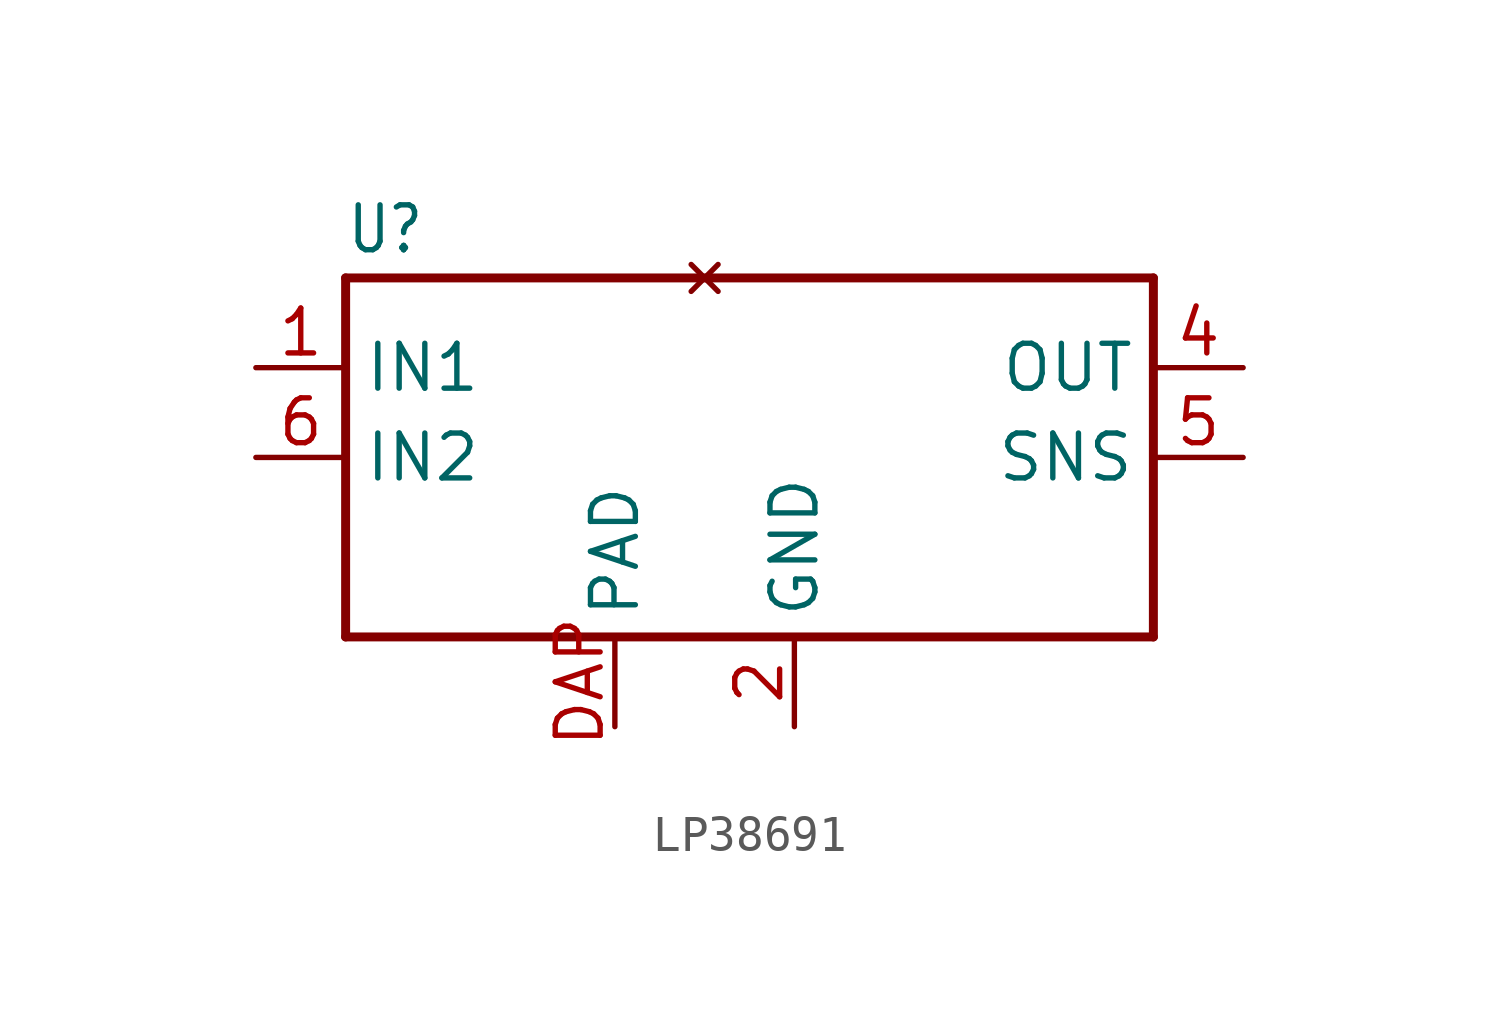
<source format=kicad_sym>
(kicad_symbol_lib
  (version 20220914)
  (generator kicad_symbol_editor)
  (symbol "LP38691"
    (property "Reference" "U"
      (at -10.16 8.255 0)
      (effects (font (size 1.27 1.079)) (justify left bottom)))
    (property "ki_locked" ""
      (at 0 0 0)
      (effects (font (size 1.27 1.27))))
    (symbol "LP38691_1_0"
      (polyline (pts (xy -10.16 -2.54) (xy -10.16 7.62)) (stroke (width 0.254) (type solid)) (fill (type none)))
      (polyline (pts (xy -10.16 7.62) (xy 12.7 7.62)) (stroke (width 0.254) (type solid)) (fill (type none)))
      (polyline (pts (xy 12.7 -2.54) (xy -10.16 -2.54)) (stroke (width 0.254) (type solid)) (fill (type none)))
      (polyline (pts (xy 12.7 7.62) (xy 12.7 -2.54)) (stroke (width 0.254) (type solid)) (fill (type none)))
      (pin bidirectional line (at -12.7 5.08 0) (length 2.54) (name "IN1" (effects (font (size 1.27 1.27)))) (number "1" (effects (font (size 1.27 1.27)))))
      (pin bidirectional line (at 2.54 -5.08 90) (length 2.54) (name "GND" (effects (font (size 1.27 1.27)))) (number "2" (effects (font (size 1.27 1.27)))))
      (pin no_connect line (at 0 7.62 90) (length 0) (name "P$3" (effects (font (size 0 0)))) (number "3" (effects (font (size 0 0)))))
      (pin bidirectional line (at 15.24 5.08 180) (length 2.54) (name "OUT" (effects (font (size 1.27 1.27)))) (number "4" (effects (font (size 1.27 1.27)))))
      (pin bidirectional line (at 15.24 2.54 180) (length 2.54) (name "SNS" (effects (font (size 1.27 1.27)))) (number "5" (effects (font (size 1.27 1.27)))))
      (pin bidirectional line (at -12.7 2.54 0) (length 2.54) (name "IN2" (effects (font (size 1.27 1.27)))) (number "6" (effects (font (size 1.27 1.27)))))
      (pin bidirectional line (at -2.54 -5.08 90) (length 2.54) (name "PAD" (effects (font (size 1.27 1.27)))) (number "DAP" (effects (font (size 1.27 1.27))))))))
</source>
